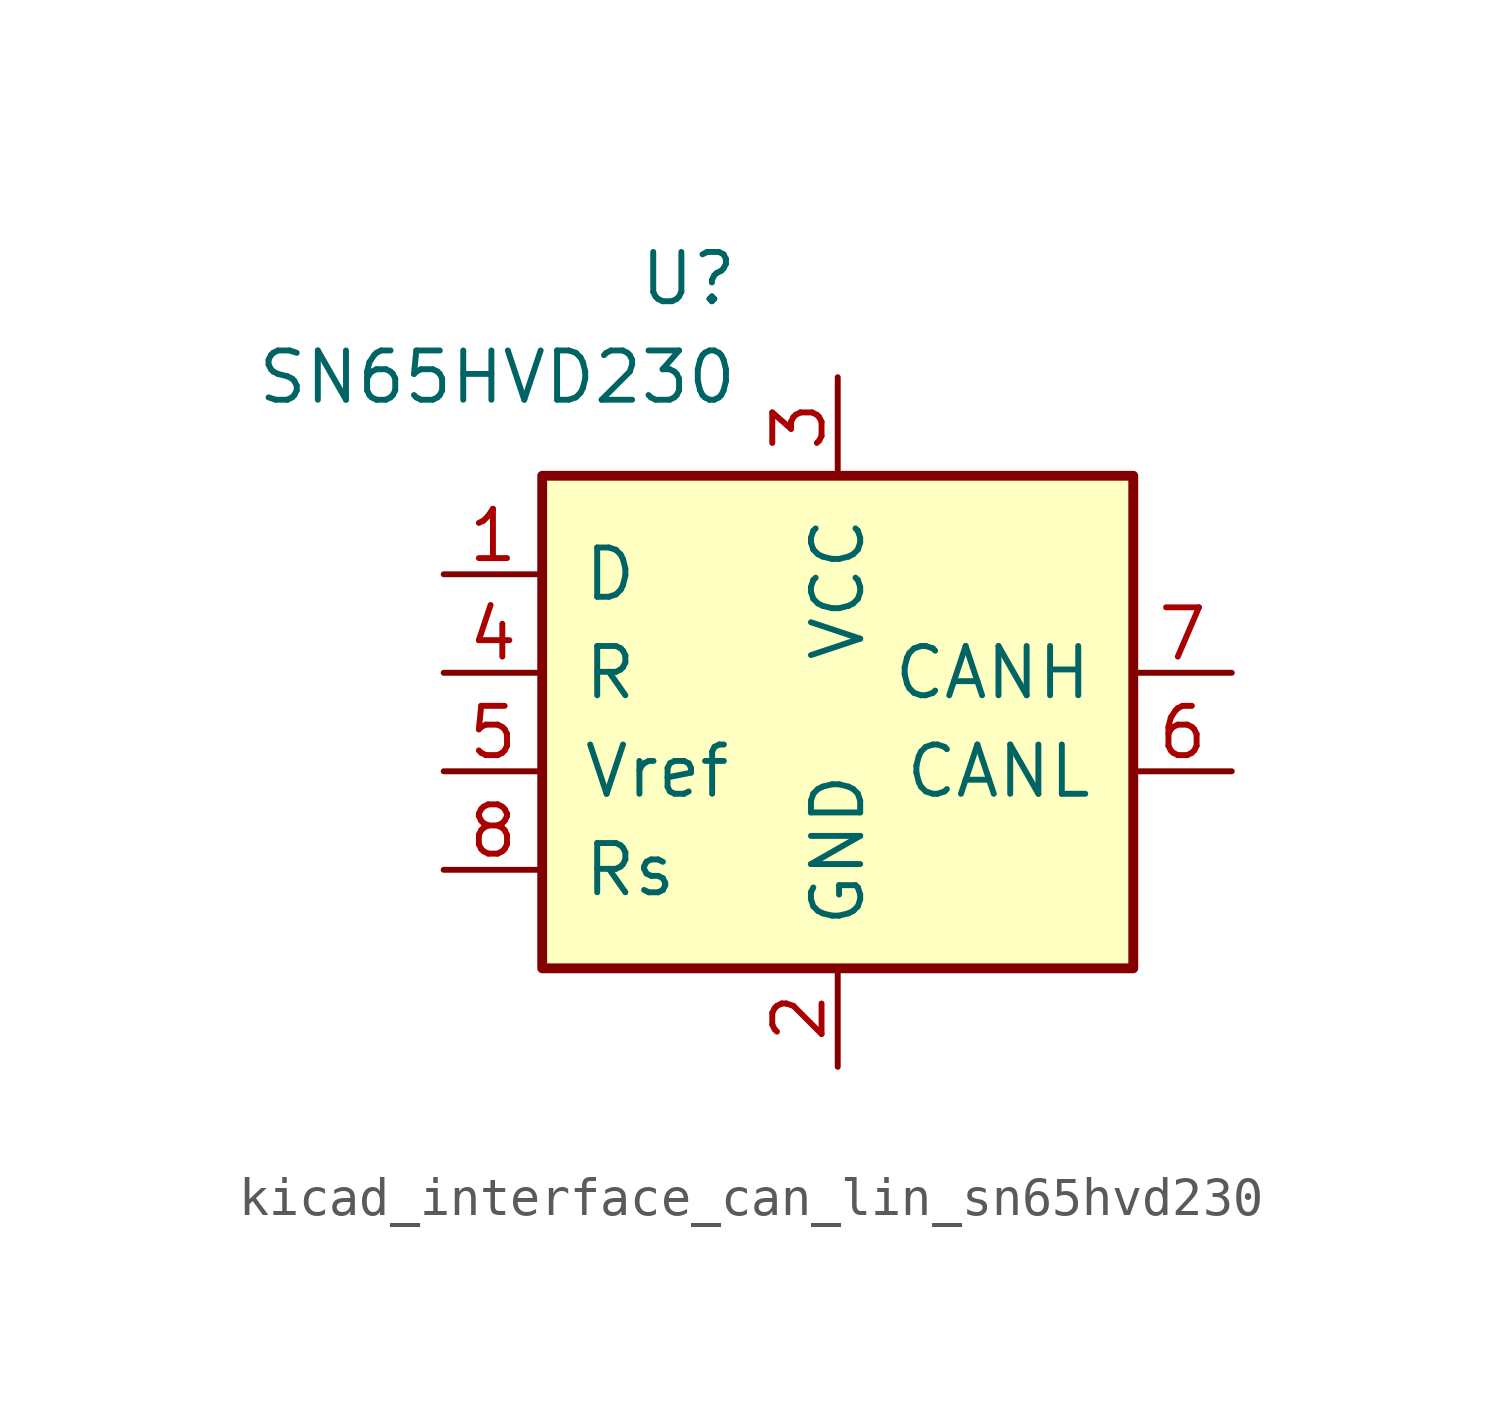
<source format=kicad_sym>
(kicad_symbol_lib
  (version 20220914)
  (generator kicad_symbol_editor)
  (symbol "kicad_interface_can_lin_sn65hvd230"
    (pin_names
      (offset 1.016))
    (property "Reference" "U"
      (at -2.54 10.16 0)
      (effects (font (size 1.27 1.27)) (justify right)))
    (property "Value" "SN65HVD230"
      (at -2.54 7.62 0)
      (effects (font (size 1.27 1.27)) (justify right)))
    (symbol "kicad_interface_can_lin_sn65hvd230_0_1"
      (rectangle (start -7.62 5.08) (end 7.62 -7.62) (stroke (width 0.254) (type default)) (fill (type background))))
    (symbol "kicad_interface_can_lin_sn65hvd230_1_1"
      (pin input line (at -10.16 2.54 0) (length 2.54) (name "D" (effects (font (size 1.27 1.27)))) (number "1" (effects (font (size 1.27 1.27)))))
      (pin power_in line (at 0 -10.16 90) (length 2.54) (name "GND" (effects (font (size 1.27 1.27)))) (number "2" (effects (font (size 1.27 1.27)))))
      (pin power_in line (at 0 7.62 270) (length 2.54) (name "VCC" (effects (font (size 1.27 1.27)))) (number "3" (effects (font (size 1.27 1.27)))))
      (pin output line (at -10.16 0 0) (length 2.54) (name "R" (effects (font (size 1.27 1.27)))) (number "4" (effects (font (size 1.27 1.27)))))
      (pin output line (at -10.16 -2.54 0) (length 2.54) (name "Vref" (effects (font (size 1.27 1.27)))) (number "5" (effects (font (size 1.27 1.27)))))
      (pin bidirectional line (at 10.16 -2.54 180) (length 2.54) (name "CANL" (effects (font (size 1.27 1.27)))) (number "6" (effects (font (size 1.27 1.27)))))
      (pin bidirectional line (at 10.16 0 180) (length 2.54) (name "CANH" (effects (font (size 1.27 1.27)))) (number "7" (effects (font (size 1.27 1.27)))))
      (pin input line (at -10.16 -5.08 0) (length 2.54) (name "Rs" (effects (font (size 1.27 1.27)))) (number "8" (effects (font (size 1.27 1.27))))))))
</source>
